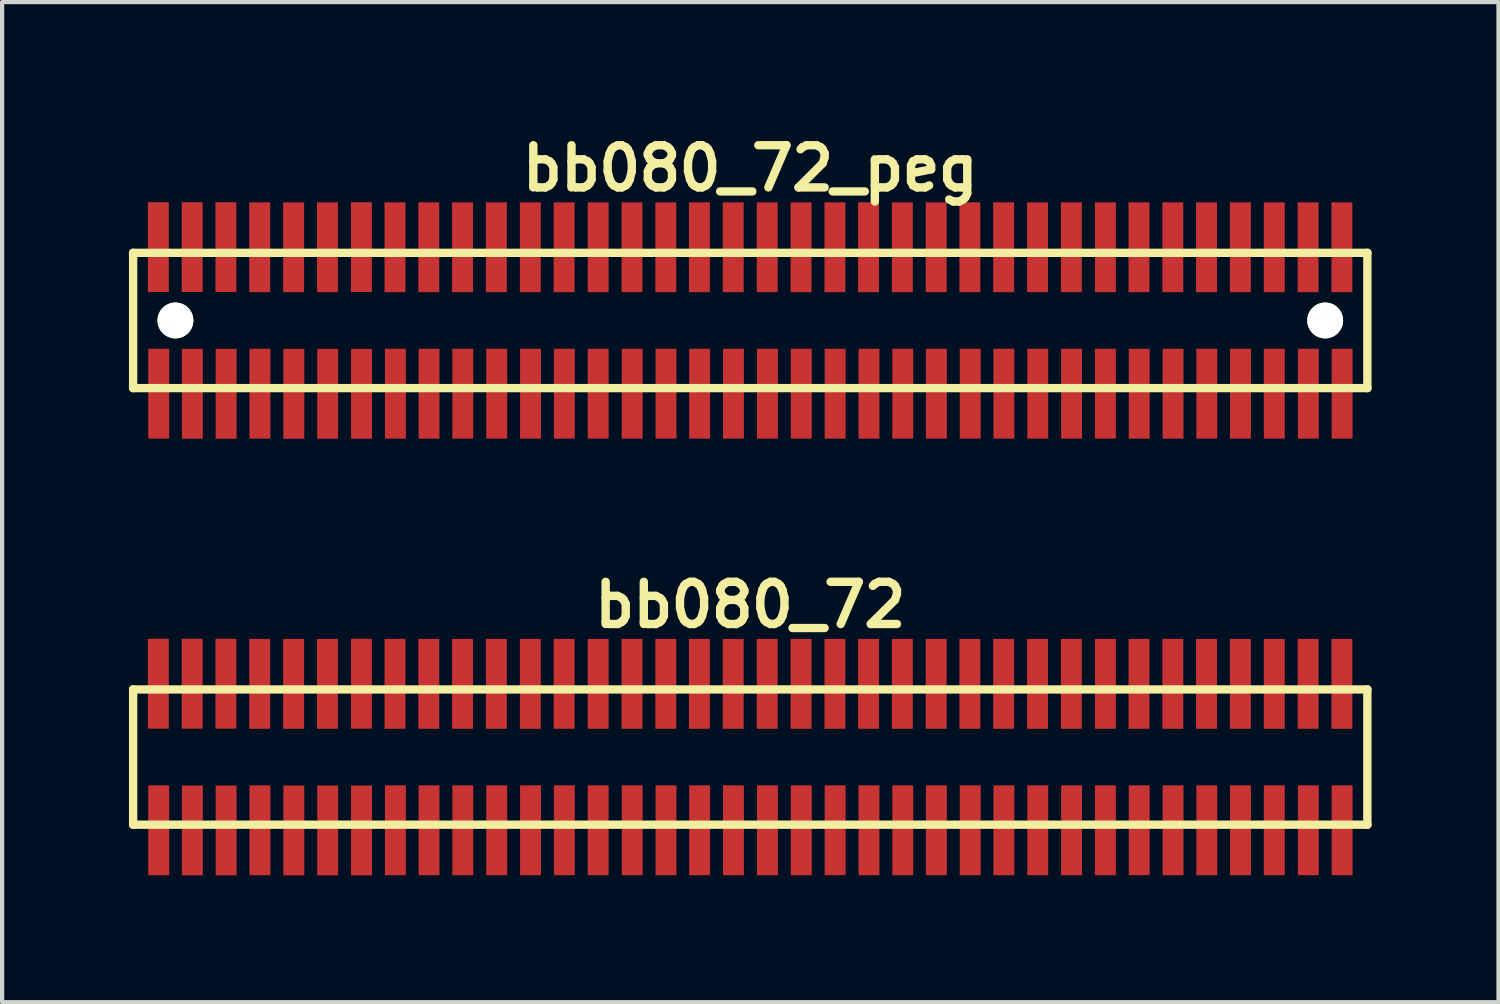
<source format=kicad_pcb>
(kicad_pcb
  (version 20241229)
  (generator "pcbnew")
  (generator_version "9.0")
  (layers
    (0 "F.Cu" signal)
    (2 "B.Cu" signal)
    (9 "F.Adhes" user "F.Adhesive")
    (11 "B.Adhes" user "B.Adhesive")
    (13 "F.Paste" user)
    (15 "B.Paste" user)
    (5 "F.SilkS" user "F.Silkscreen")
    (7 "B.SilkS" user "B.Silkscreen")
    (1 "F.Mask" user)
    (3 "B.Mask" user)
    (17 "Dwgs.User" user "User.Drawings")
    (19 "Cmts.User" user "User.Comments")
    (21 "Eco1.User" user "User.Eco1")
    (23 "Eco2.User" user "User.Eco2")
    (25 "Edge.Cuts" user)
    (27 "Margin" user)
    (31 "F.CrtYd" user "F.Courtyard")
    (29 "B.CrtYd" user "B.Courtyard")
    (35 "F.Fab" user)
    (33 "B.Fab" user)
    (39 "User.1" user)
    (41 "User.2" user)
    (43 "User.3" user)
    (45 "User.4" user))
  (footprint "bb080_72_peg"
    (layer "F.Cu")
    (at 14.699 4.531)
    (property "Reference" "bb080_72_peg" (at 0 -3.599 0) (layer "F.SilkS") (effects (font (size 0.998 0.998) (thickness 0.198))))
    (attr through_hole)
    (fp_line (start -14.6 -1.6) (end -14.6 1.6) (stroke (width 0.198) (type solid)) (layer "F.SilkS"))
    (fp_line (start -14.6 1.6) (end 14.6 1.6) (stroke (width 0.198) (type solid)) (layer "F.SilkS"))
    (fp_line (start 14.597 1.6) (end 14.597 -1.6) (stroke (width 0.198) (type solid)) (layer "F.SilkS"))
    (fp_line (start 14.6 -1.6) (end -14.6 -1.6) (stroke (width 0.198) (type solid)) (layer "F.SilkS"))
    (pad "" np_thru_hole circle (at -13.599 0) (size 0.848 0.848) (drill 0.848) (layers "*.Cu" "*.Mask" "F.SilkS"))
    (pad "" np_thru_hole circle (at 13.599 0) (size 0.848 0.848) (drill 0.848) (layers "*.Cu" "*.Mask" "F.SilkS"))
    (pad "1" smd rect (at -13.995 1.732) (size 0.495 2.126) (layers "F.Cu" "F.Mask" "F.Paste"))
    (pad "2" smd rect (at -14.003 -1.735) (size 0.495 2.126) (layers "F.Cu" "F.Mask" "F.Paste"))
    (pad "3" smd rect (at -13.198 1.735) (size 0.495 2.126) (layers "F.Cu" "F.Mask" "F.Paste"))
    (pad "4" smd rect (at -13.203 -1.735) (size 0.495 2.126) (layers "F.Cu" "F.Mask" "F.Paste"))
    (pad "5" smd rect (at -12.4 1.735) (size 0.495 2.126) (layers "F.Cu" "F.Mask" "F.Paste"))
    (pad "6" smd rect (at -12.405 -1.735) (size 0.495 2.126) (layers "F.Cu" "F.Mask" "F.Paste"))
    (pad "7" smd rect (at -11.6 1.732) (size 0.495 2.126) (layers "F.Cu" "F.Mask" "F.Paste"))
    (pad "8" smd rect (at -11.605 -1.732) (size 0.495 2.126) (layers "F.Cu" "F.Mask" "F.Paste"))
    (pad "9" smd rect (at -10.798 1.735) (size 0.495 2.126) (layers "F.Cu" "F.Mask" "F.Paste"))
    (pad "10" smd rect (at -10.803 -1.732) (size 0.495 2.126) (layers "F.Cu" "F.Mask" "F.Paste"))
    (pad "11" smd rect (at -9.997 1.735) (size 0.495 2.126) (layers "F.Cu" "F.Mask" "F.Paste"))
    (pad "12" smd rect (at -10.003 -1.732) (size 0.495 2.126) (layers "F.Cu" "F.Mask" "F.Paste"))
    (pad "13" smd rect (at -9.197 1.735) (size 0.495 2.126) (layers "F.Cu" "F.Mask" "F.Paste"))
    (pad "14" smd rect (at -9.2 -1.735) (size 0.495 2.126) (layers "F.Cu" "F.Mask" "F.Paste"))
    (pad "15" smd rect (at -8.395 1.732) (size 0.495 2.126) (layers "F.Cu" "F.Mask" "F.Paste"))
    (pad "16" smd rect (at -8.405 -1.732) (size 0.495 2.126) (layers "F.Cu" "F.Mask" "F.Paste"))
    (pad "17" smd rect (at -7.6 1.732) (size 0.495 2.126) (layers "F.Cu" "F.Mask" "F.Paste"))
    (pad "18" smd rect (at -7.605 -1.732) (size 0.495 2.126) (layers "F.Cu" "F.Mask" "F.Paste"))
    (pad "19" smd rect (at -6.8 1.732) (size 0.495 2.126) (layers "F.Cu" "F.Mask" "F.Paste"))
    (pad "20" smd rect (at -6.807 -1.732) (size 0.495 2.126) (layers "F.Cu" "F.Mask" "F.Paste"))
    (pad "21" smd rect (at -5.999 1.732) (size 0.495 2.126) (layers "F.Cu" "F.Mask" "F.Paste"))
    (pad "22" smd rect (at -6.007 -1.732) (size 0.495 2.126) (layers "F.Cu" "F.Mask" "F.Paste"))
    (pad "23" smd rect (at -5.199 1.732) (size 0.495 2.126) (layers "F.Cu" "F.Mask" "F.Paste"))
    (pad "24" smd rect (at -5.204 -1.732) (size 0.495 2.126) (layers "F.Cu" "F.Mask" "F.Paste"))
    (pad "25" smd rect (at -4.399 1.732) (size 0.495 2.126) (layers "F.Cu" "F.Mask" "F.Paste"))
    (pad "26" smd rect (at -4.404 -1.732) (size 0.495 2.126) (layers "F.Cu" "F.Mask" "F.Paste"))
    (pad "27" smd rect (at -3.599 1.732) (size 0.495 2.126) (layers "F.Cu" "F.Mask" "F.Paste"))
    (pad "28" smd rect (at -3.599 -1.732) (size 0.495 2.126) (layers "F.Cu" "F.Mask" "F.Paste"))
    (pad "29" smd rect (at -2.794 1.732) (size 0.495 2.126) (layers "F.Cu" "F.Mask" "F.Paste"))
    (pad "30" smd rect (at -2.799 -1.732) (size 0.495 2.126) (layers "F.Cu" "F.Mask" "F.Paste"))
    (pad "31" smd rect (at -1.994 1.732) (size 0.495 2.126) (layers "F.Cu" "F.Mask" "F.Paste"))
    (pad "32" smd rect (at -1.999 -1.732) (size 0.495 2.126) (layers "F.Cu" "F.Mask" "F.Paste"))
    (pad "33" smd rect (at -1.199 1.732) (size 0.495 2.126) (layers "F.Cu" "F.Mask" "F.Paste"))
    (pad "34" smd rect (at -1.204 -1.732) (size 0.495 2.126) (layers "F.Cu" "F.Mask" "F.Paste"))
    (pad "35" smd rect (at -0.399 1.732) (size 0.495 2.126) (layers "F.Cu" "F.Mask" "F.Paste"))
    (pad "36" smd rect (at -0.404 -1.732) (size 0.495 2.126) (layers "F.Cu" "F.Mask" "F.Paste"))
    (pad "37" smd rect (at 0.406 1.732) (size 0.495 2.126) (layers "F.Cu" "F.Mask" "F.Paste"))
    (pad "38" smd rect (at 0.401 -1.732) (size 0.495 2.126) (layers "F.Cu" "F.Mask" "F.Paste"))
    (pad "39" smd rect (at 1.206 1.732) (size 0.495 2.126) (layers "F.Cu" "F.Mask" "F.Paste"))
    (pad "40" smd rect (at 1.201 -1.732) (size 0.495 2.126) (layers "F.Cu" "F.Mask" "F.Paste"))
    (pad "41" smd rect (at 2.007 1.732) (size 0.495 2.126) (layers "F.Cu" "F.Mask" "F.Paste"))
    (pad "42" smd rect (at 2.002 -1.732) (size 0.495 2.126) (layers "F.Cu" "F.Mask" "F.Paste"))
    (pad "43" smd rect (at 2.807 1.732) (size 0.495 2.126) (layers "F.Cu" "F.Mask" "F.Paste"))
    (pad "44" smd rect (at 2.797 -1.732) (size 0.495 2.126) (layers "F.Cu" "F.Mask" "F.Paste"))
    (pad "45" smd rect (at 3.607 1.732) (size 0.495 2.126) (layers "F.Cu" "F.Mask" "F.Paste"))
    (pad "46" smd rect (at 3.597 -1.732) (size 0.495 2.126) (layers "F.Cu" "F.Mask" "F.Paste"))
    (pad "47" smd rect (at 4.402 1.732) (size 0.495 2.126) (layers "F.Cu" "F.Mask" "F.Paste"))
    (pad "48" smd rect (at 4.397 -1.732) (size 0.495 2.126) (layers "F.Cu" "F.Mask" "F.Paste"))
    (pad "49" smd rect (at 5.202 1.732) (size 0.495 2.126) (layers "F.Cu" "F.Mask" "F.Paste"))
    (pad "50" smd rect (at 5.194 -1.732) (size 0.495 2.126) (layers "F.Cu" "F.Mask" "F.Paste"))
    (pad "51" smd rect (at 5.999 1.732) (size 0.495 2.126) (layers "F.Cu" "F.Mask" "F.Paste"))
    (pad "52" smd rect (at 5.994 -1.732) (size 0.495 2.126) (layers "F.Cu" "F.Mask" "F.Paste"))
    (pad "53" smd rect (at 6.8 1.732) (size 0.495 2.126) (layers "F.Cu" "F.Mask" "F.Paste"))
    (pad "54" smd rect (at 6.795 -1.732) (size 0.495 2.126) (layers "F.Cu" "F.Mask" "F.Paste"))
    (pad "55" smd rect (at 7.6 1.732) (size 0.495 2.126) (layers "F.Cu" "F.Mask" "F.Paste"))
    (pad "56" smd rect (at 7.595 -1.732) (size 0.495 2.126) (layers "F.Cu" "F.Mask" "F.Paste"))
    (pad "57" smd rect (at 8.4 1.732) (size 0.495 2.126) (layers "F.Cu" "F.Mask" "F.Paste"))
    (pad "58" smd rect (at 8.4 -1.732) (size 0.495 2.126) (layers "F.Cu" "F.Mask" "F.Paste"))
    (pad "59" smd rect (at 9.2 1.732) (size 0.495 2.126) (layers "F.Cu" "F.Mask" "F.Paste"))
    (pad "60" smd rect (at 9.195 -1.732) (size 0.495 2.126) (layers "F.Cu" "F.Mask" "F.Paste"))
    (pad "61" smd rect (at 10 1.732) (size 0.495 2.126) (layers "F.Cu" "F.Mask" "F.Paste"))
    (pad "62" smd rect (at 9.995 -1.732) (size 0.495 2.126) (layers "F.Cu" "F.Mask" "F.Paste"))
    (pad "63" smd rect (at 10.8 1.732) (size 0.495 2.126) (layers "F.Cu" "F.Mask" "F.Paste"))
    (pad "64" smd rect (at 10.792 -1.732) (size 0.495 2.126) (layers "F.Cu" "F.Mask" "F.Paste"))
    (pad "65" smd rect (at 11.595 1.732) (size 0.495 2.126) (layers "F.Cu" "F.Mask" "F.Paste"))
    (pad "66" smd rect (at 11.593 -1.732) (size 0.495 2.126) (layers "F.Cu" "F.Mask" "F.Paste"))
    (pad "67" smd rect (at 12.395 1.732) (size 0.495 2.126) (layers "F.Cu" "F.Mask" "F.Paste"))
    (pad "68" smd rect (at 12.395 -1.732) (size 0.495 2.126) (layers "F.Cu" "F.Mask" "F.Paste"))
    (pad "69" smd rect (at 13.2 1.732) (size 0.495 2.126) (layers "F.Cu" "F.Mask" "F.Paste"))
    (pad "70" smd rect (at 13.195 -1.732) (size 0.495 2.126) (layers "F.Cu" "F.Mask" "F.Paste"))
    (pad "71" smd rect (at 14 1.732) (size 0.495 2.126) (layers "F.Cu" "F.Mask" "F.Paste"))
    (pad "72" smd rect (at 13.995 -1.732) (size 0.495 2.126) (layers "F.Cu" "F.Mask" "F.Paste")))
  (footprint "bb080_72"
    (layer "F.Cu")
    (at 14.699 14.859)
    (property "Reference" "bb080_72" (at 0 -3.599 0) (layer "F.SilkS") (effects (font (size 0.998 0.998) (thickness 0.198))))
    (attr through_hole)
    (fp_line (start -14.6 -1.6) (end -14.6 1.6) (stroke (width 0.198) (type solid)) (layer "F.SilkS"))
    (fp_line (start -14.6 1.6) (end 14.6 1.6) (stroke (width 0.198) (type solid)) (layer "F.SilkS"))
    (fp_line (start 14.597 1.6) (end 14.597 -1.6) (stroke (width 0.198) (type solid)) (layer "F.SilkS"))
    (fp_line (start 14.6 -1.6) (end -14.6 -1.6) (stroke (width 0.198) (type solid)) (layer "F.SilkS"))
    (pad "1" smd rect (at -13.995 1.732) (size 0.495 2.126) (layers "F.Cu" "F.Mask" "F.Paste"))
    (pad "2" smd rect (at -14.003 -1.735) (size 0.495 2.126) (layers "F.Cu" "F.Mask" "F.Paste"))
    (pad "3" smd rect (at -13.198 1.735) (size 0.495 2.126) (layers "F.Cu" "F.Mask" "F.Paste"))
    (pad "4" smd rect (at -13.203 -1.735) (size 0.495 2.126) (layers "F.Cu" "F.Mask" "F.Paste"))
    (pad "5" smd rect (at -12.4 1.735) (size 0.495 2.126) (layers "F.Cu" "F.Mask" "F.Paste"))
    (pad "6" smd rect (at -12.405 -1.735) (size 0.495 2.126) (layers "F.Cu" "F.Mask" "F.Paste"))
    (pad "7" smd rect (at -11.6 1.732) (size 0.495 2.126) (layers "F.Cu" "F.Mask" "F.Paste"))
    (pad "8" smd rect (at -11.605 -1.732) (size 0.495 2.126) (layers "F.Cu" "F.Mask" "F.Paste"))
    (pad "9" smd rect (at -10.798 1.735) (size 0.495 2.126) (layers "F.Cu" "F.Mask" "F.Paste"))
    (pad "10" smd rect (at -10.803 -1.732) (size 0.495 2.126) (layers "F.Cu" "F.Mask" "F.Paste"))
    (pad "11" smd rect (at -9.997 1.735) (size 0.495 2.126) (layers "F.Cu" "F.Mask" "F.Paste"))
    (pad "12" smd rect (at -10.003 -1.732) (size 0.495 2.126) (layers "F.Cu" "F.Mask" "F.Paste"))
    (pad "13" smd rect (at -9.197 1.735) (size 0.495 2.126) (layers "F.Cu" "F.Mask" "F.Paste"))
    (pad "14" smd rect (at -9.2 -1.735) (size 0.495 2.126) (layers "F.Cu" "F.Mask" "F.Paste"))
    (pad "15" smd rect (at -8.395 1.732) (size 0.495 2.126) (layers "F.Cu" "F.Mask" "F.Paste"))
    (pad "16" smd rect (at -8.405 -1.732) (size 0.495 2.126) (layers "F.Cu" "F.Mask" "F.Paste"))
    (pad "17" smd rect (at -7.6 1.732) (size 0.495 2.126) (layers "F.Cu" "F.Mask" "F.Paste"))
    (pad "18" smd rect (at -7.605 -1.732) (size 0.495 2.126) (layers "F.Cu" "F.Mask" "F.Paste"))
    (pad "19" smd rect (at -6.8 1.732) (size 0.495 2.126) (layers "F.Cu" "F.Mask" "F.Paste"))
    (pad "20" smd rect (at -6.807 -1.732) (size 0.495 2.126) (layers "F.Cu" "F.Mask" "F.Paste"))
    (pad "21" smd rect (at -5.999 1.732) (size 0.495 2.126) (layers "F.Cu" "F.Mask" "F.Paste"))
    (pad "22" smd rect (at -6.007 -1.732) (size 0.495 2.126) (layers "F.Cu" "F.Mask" "F.Paste"))
    (pad "23" smd rect (at -5.199 1.732) (size 0.495 2.126) (layers "F.Cu" "F.Mask" "F.Paste"))
    (pad "24" smd rect (at -5.204 -1.732) (size 0.495 2.126) (layers "F.Cu" "F.Mask" "F.Paste"))
    (pad "25" smd rect (at -4.399 1.732) (size 0.495 2.126) (layers "F.Cu" "F.Mask" "F.Paste"))
    (pad "26" smd rect (at -4.404 -1.732) (size 0.495 2.126) (layers "F.Cu" "F.Mask" "F.Paste"))
    (pad "27" smd rect (at -3.599 1.732) (size 0.495 2.126) (layers "F.Cu" "F.Mask" "F.Paste"))
    (pad "28" smd rect (at -3.599 -1.732) (size 0.495 2.126) (layers "F.Cu" "F.Mask" "F.Paste"))
    (pad "29" smd rect (at -2.794 1.732) (size 0.495 2.126) (layers "F.Cu" "F.Mask" "F.Paste"))
    (pad "30" smd rect (at -2.799 -1.732) (size 0.495 2.126) (layers "F.Cu" "F.Mask" "F.Paste"))
    (pad "31" smd rect (at -1.994 1.732) (size 0.495 2.126) (layers "F.Cu" "F.Mask" "F.Paste"))
    (pad "32" smd rect (at -1.999 -1.732) (size 0.495 2.126) (layers "F.Cu" "F.Mask" "F.Paste"))
    (pad "33" smd rect (at -1.199 1.732) (size 0.495 2.126) (layers "F.Cu" "F.Mask" "F.Paste"))
    (pad "34" smd rect (at -1.204 -1.732) (size 0.495 2.126) (layers "F.Cu" "F.Mask" "F.Paste"))
    (pad "35" smd rect (at -0.399 1.732) (size 0.495 2.126) (layers "F.Cu" "F.Mask" "F.Paste"))
    (pad "36" smd rect (at -0.404 -1.732) (size 0.495 2.126) (layers "F.Cu" "F.Mask" "F.Paste"))
    (pad "37" smd rect (at 0.406 1.732) (size 0.495 2.126) (layers "F.Cu" "F.Mask" "F.Paste"))
    (pad "38" smd rect (at 0.401 -1.732) (size 0.495 2.126) (layers "F.Cu" "F.Mask" "F.Paste"))
    (pad "39" smd rect (at 1.206 1.732) (size 0.495 2.126) (layers "F.Cu" "F.Mask" "F.Paste"))
    (pad "40" smd rect (at 1.201 -1.732) (size 0.495 2.126) (layers "F.Cu" "F.Mask" "F.Paste"))
    (pad "41" smd rect (at 2.007 1.732) (size 0.495 2.126) (layers "F.Cu" "F.Mask" "F.Paste"))
    (pad "42" smd rect (at 2.002 -1.732) (size 0.495 2.126) (layers "F.Cu" "F.Mask" "F.Paste"))
    (pad "43" smd rect (at 2.807 1.732) (size 0.495 2.126) (layers "F.Cu" "F.Mask" "F.Paste"))
    (pad "44" smd rect (at 2.797 -1.732) (size 0.495 2.126) (layers "F.Cu" "F.Mask" "F.Paste"))
    (pad "45" smd rect (at 3.607 1.732) (size 0.495 2.126) (layers "F.Cu" "F.Mask" "F.Paste"))
    (pad "46" smd rect (at 3.597 -1.732) (size 0.495 2.126) (layers "F.Cu" "F.Mask" "F.Paste"))
    (pad "47" smd rect (at 4.402 1.732) (size 0.495 2.126) (layers "F.Cu" "F.Mask" "F.Paste"))
    (pad "48" smd rect (at 4.397 -1.732) (size 0.495 2.126) (layers "F.Cu" "F.Mask" "F.Paste"))
    (pad "49" smd rect (at 5.202 1.732) (size 0.495 2.126) (layers "F.Cu" "F.Mask" "F.Paste"))
    (pad "50" smd rect (at 5.194 -1.732) (size 0.495 2.126) (layers "F.Cu" "F.Mask" "F.Paste"))
    (pad "51" smd rect (at 5.999 1.732) (size 0.495 2.126) (layers "F.Cu" "F.Mask" "F.Paste"))
    (pad "52" smd rect (at 5.994 -1.732) (size 0.495 2.126) (layers "F.Cu" "F.Mask" "F.Paste"))
    (pad "53" smd rect (at 6.8 1.732) (size 0.495 2.126) (layers "F.Cu" "F.Mask" "F.Paste"))
    (pad "54" smd rect (at 6.795 -1.732) (size 0.495 2.126) (layers "F.Cu" "F.Mask" "F.Paste"))
    (pad "55" smd rect (at 7.6 1.732) (size 0.495 2.126) (layers "F.Cu" "F.Mask" "F.Paste"))
    (pad "56" smd rect (at 7.595 -1.732) (size 0.495 2.126) (layers "F.Cu" "F.Mask" "F.Paste"))
    (pad "57" smd rect (at 8.4 1.732) (size 0.495 2.126) (layers "F.Cu" "F.Mask" "F.Paste"))
    (pad "58" smd rect (at 8.4 -1.732) (size 0.495 2.126) (layers "F.Cu" "F.Mask" "F.Paste"))
    (pad "59" smd rect (at 9.2 1.732) (size 0.495 2.126) (layers "F.Cu" "F.Mask" "F.Paste"))
    (pad "60" smd rect (at 9.195 -1.732) (size 0.495 2.126) (layers "F.Cu" "F.Mask" "F.Paste"))
    (pad "61" smd rect (at 10 1.732) (size 0.495 2.126) (layers "F.Cu" "F.Mask" "F.Paste"))
    (pad "62" smd rect (at 9.995 -1.732) (size 0.495 2.126) (layers "F.Cu" "F.Mask" "F.Paste"))
    (pad "63" smd rect (at 10.8 1.732) (size 0.495 2.126) (layers "F.Cu" "F.Mask" "F.Paste"))
    (pad "64" smd rect (at 10.792 -1.732) (size 0.495 2.126) (layers "F.Cu" "F.Mask" "F.Paste"))
    (pad "65" smd rect (at 11.595 1.732) (size 0.495 2.126) (layers "F.Cu" "F.Mask" "F.Paste"))
    (pad "66" smd rect (at 11.593 -1.732) (size 0.495 2.126) (layers "F.Cu" "F.Mask" "F.Paste"))
    (pad "67" smd rect (at 12.395 1.732) (size 0.495 2.126) (layers "F.Cu" "F.Mask" "F.Paste"))
    (pad "68" smd rect (at 12.395 -1.732) (size 0.495 2.126) (layers "F.Cu" "F.Mask" "F.Paste"))
    (pad "69" smd rect (at 13.2 1.732) (size 0.495 2.126) (layers "F.Cu" "F.Mask" "F.Paste"))
    (pad "70" smd rect (at 13.195 -1.732) (size 0.495 2.126) (layers "F.Cu" "F.Mask" "F.Paste"))
    (pad "71" smd rect (at 14 1.732) (size 0.495 2.126) (layers "F.Cu" "F.Mask" "F.Paste"))
    (pad "72" smd rect (at 13.995 -1.732) (size 0.495 2.126) (layers "F.Cu" "F.Mask" "F.Paste")))
  (gr_rect
    (start -3 -3)
    (end 32.398 20.657)
    (stroke (width 0.1) (type default))
    (fill no)
    (layer "Edge.Cuts")))
</source>
